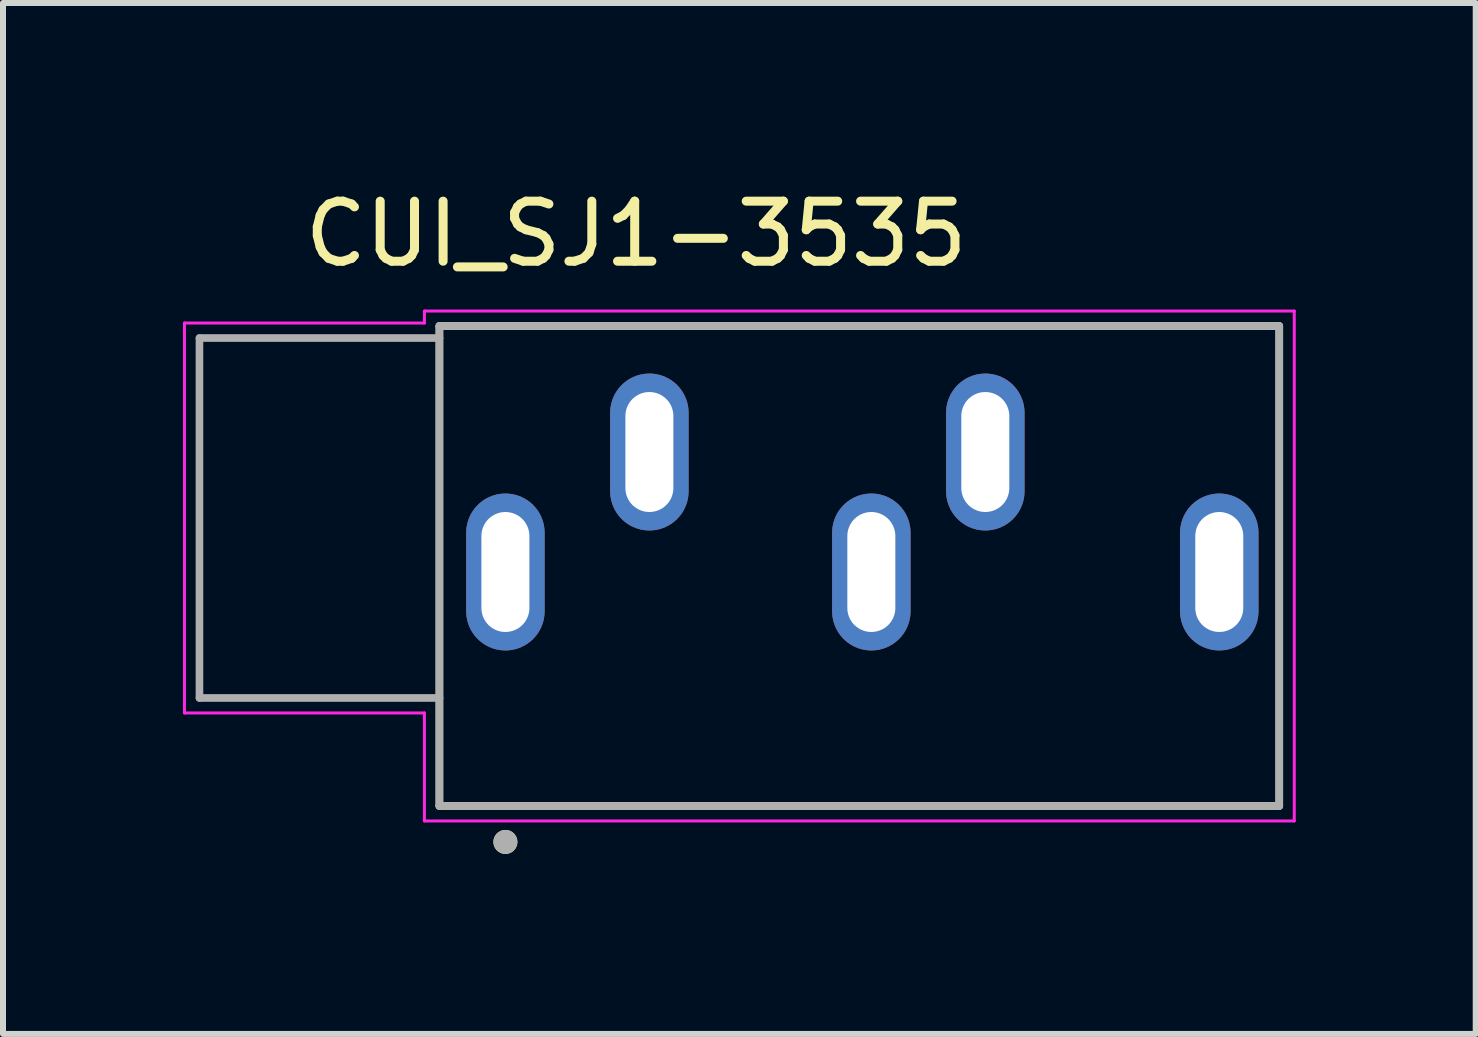
<source format=kicad_pcb>
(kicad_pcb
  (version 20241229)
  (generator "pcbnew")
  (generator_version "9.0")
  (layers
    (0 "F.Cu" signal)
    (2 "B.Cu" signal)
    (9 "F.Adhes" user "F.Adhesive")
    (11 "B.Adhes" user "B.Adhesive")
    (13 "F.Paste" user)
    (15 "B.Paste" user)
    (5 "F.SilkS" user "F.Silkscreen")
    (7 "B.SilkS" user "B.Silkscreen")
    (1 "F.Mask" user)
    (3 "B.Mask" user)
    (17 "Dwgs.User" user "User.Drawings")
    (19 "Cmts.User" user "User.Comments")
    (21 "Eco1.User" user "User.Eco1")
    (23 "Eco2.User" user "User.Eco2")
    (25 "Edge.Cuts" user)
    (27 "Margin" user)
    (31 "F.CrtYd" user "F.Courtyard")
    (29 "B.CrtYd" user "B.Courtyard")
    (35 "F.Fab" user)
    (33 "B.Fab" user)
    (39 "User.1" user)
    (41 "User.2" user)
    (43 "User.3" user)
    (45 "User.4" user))
  (footprint "CUI_SJ1-3535"
    (layer "F.Cu")
    (at 5.375 6.485)
    (property "Reference" "CUI_SJ1-3535" (at 2.179 -5.636 0) (layer "F.SilkS") (effects (font (size 1.001 1.001) (thickness 0.15))))
    (attr through_hole)
    (fp_line (start -1.1 -4.1) (end -1.1 3.9) (stroke (width 0.127) (type solid)) (layer "F.SilkS"))
    (fp_line (start -1.1 -4.1) (end 12.9 -4.1) (stroke (width 0.127) (type solid)) (layer "F.SilkS"))
    (fp_line (start 12.9 -4.1) (end 12.9 3.9) (stroke (width 0.127) (type solid)) (layer "F.SilkS"))
    (fp_line (start 12.9 3.9) (end -1.1 3.9) (stroke (width 0.127) (type solid)) (layer "F.SilkS"))
    (fp_circle (center 0 4.5) (end 0.1 4.5) (stroke (width 0.2) (type solid)) (fill no) (layer "F.SilkS"))
    (fp_line (start -5.35 -4.15) (end -1.35 -4.15) (stroke (width 0.05) (type solid)) (layer "F.CrtYd"))
    (fp_line (start -5.35 2.35) (end -5.35 -4.15) (stroke (width 0.05) (type solid)) (layer "F.CrtYd"))
    (fp_line (start -1.35 -4.35) (end 13.15 -4.35) (stroke (width 0.05) (type solid)) (layer "F.CrtYd"))
    (fp_line (start -1.35 -4.15) (end -1.35 -4.35) (stroke (width 0.05) (type solid)) (layer "F.CrtYd"))
    (fp_line (start -1.35 2.35) (end -5.35 2.35) (stroke (width 0.05) (type solid)) (layer "F.CrtYd"))
    (fp_line (start -1.35 4.15) (end -1.35 2.35) (stroke (width 0.05) (type solid)) (layer "F.CrtYd"))
    (fp_line (start 13.15 -4.35) (end 13.15 4.15) (stroke (width 0.05) (type solid)) (layer "F.CrtYd"))
    (fp_line (start 13.15 4.15) (end -1.35 4.15) (stroke (width 0.05) (type solid)) (layer "F.CrtYd"))
    (fp_line (start -5.1 -3.9) (end -1.1 -3.9) (stroke (width 0.127) (type solid)) (layer "F.Fab"))
    (fp_line (start -5.1 2.1) (end -5.1 -3.9) (stroke (width 0.127) (type solid)) (layer "F.Fab"))
    (fp_line (start -1.1 -4.1) (end 12.9 -4.1) (stroke (width 0.127) (type solid)) (layer "F.Fab"))
    (fp_line (start -1.1 -3.9) (end -1.1 -4.1) (stroke (width 0.127) (type solid)) (layer "F.Fab"))
    (fp_line (start -1.1 -3.9) (end -1.1 2.1) (stroke (width 0.127) (type solid)) (layer "F.Fab"))
    (fp_line (start -1.1 2.1) (end -5.1 2.1) (stroke (width 0.127) (type solid)) (layer "F.Fab"))
    (fp_line (start -1.1 3.9) (end -1.1 2.1) (stroke (width 0.127) (type solid)) (layer "F.Fab"))
    (fp_line (start 12.9 -4.1) (end 12.9 3.9) (stroke (width 0.127) (type solid)) (layer "F.Fab"))
    (fp_line (start 12.9 3.9) (end -1.1 3.9) (stroke (width 0.127) (type solid)) (layer "F.Fab"))
    (fp_circle (center 0 4.5) (end 0.1 4.5) (stroke (width 0.2) (type solid)) (fill no) (layer "F.Fab"))
    (pad "1" thru_hole oval (at 0 0) (size 1.308 2.616) (drill oval 0.8 2) (layers "*.Cu" "*.Mask"))
    (pad "2" thru_hole oval (at 2.4 -2) (size 1.308 2.616) (drill oval 0.8 2) (layers "*.Cu" "*.Mask"))
    (pad "3" thru_hole oval (at 8 -2) (size 1.308 2.616) (drill oval 0.8 2) (layers "*.Cu" "*.Mask"))
    (pad "4" thru_hole oval (at 11.9 0) (size 1.308 2.616) (drill oval 0.8 2) (layers "*.Cu" "*.Mask"))
    (pad "5" thru_hole oval (at 6.1 0) (size 1.308 2.616) (drill oval 0.8 2) (layers "*.Cu" "*.Mask")))
  (gr_rect
    (start -3 -3)
    (end 21.55 14.185)
    (stroke (width 0.1) (type default))
    (fill no)
    (layer "Edge.Cuts")))
</source>
